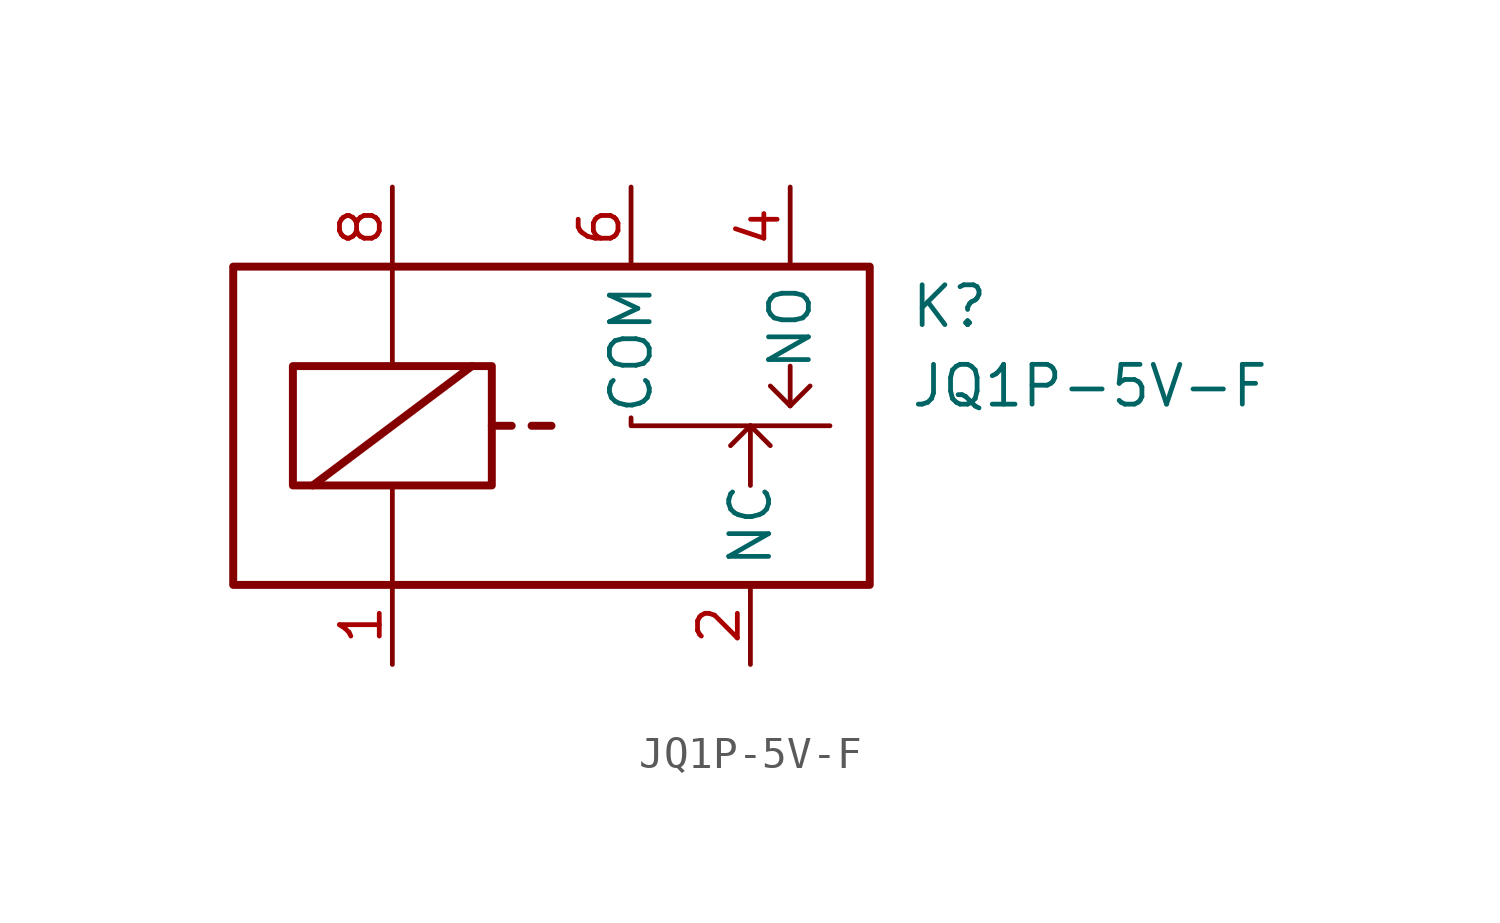
<source format=kicad_sym>
(kicad_symbol_lib
  (version 20231120)
  (generator "kicad_symbol_editor")
  (generator_version "8.0")
  (symbol "JQ1P-5V-F"
    (property "Reference" "K"
      (at 11.43 3.81 0)
      (effects (font (size 1.27 1.27)) (justify left)))
    (property "Value" "JQ1P-5V-F"
      (at 11.43 1.27 0)
      (effects (font (size 1.27 1.27)) (justify left)))
    (symbol "JQ1P-5V-F_0_1"
      (rectangle (start -10.16 5.08) (end 10.16 -5.08) (stroke (width 0.254) (type default)) (fill (type none)))
      (rectangle (start -8.255 1.905) (end -1.905 -1.905) (stroke (width 0.254) (type default)) (fill (type none)))
      (polyline (pts (xy -7.62 -1.905) (xy -2.54 1.905)) (stroke (width 0.254) (type default)) (fill (type none)))
      (polyline (pts (xy -5.08 -5.08) (xy -5.08 -1.905)) (stroke (width 0) (type default)) (fill (type none)))
      (polyline (pts (xy -5.08 5.08) (xy -5.08 1.905)) (stroke (width 0) (type default)) (fill (type none)))
      (polyline (pts (xy -1.905 0) (xy -1.27 0)) (stroke (width 0.254) (type default)) (fill (type none)))
      (polyline (pts (xy -0.635 0) (xy 0 0)) (stroke (width 0.254) (type default)) (fill (type none)))
      (polyline (pts (xy 6.35 0) (xy 5.715 -0.635)) (stroke (width 0.152) (type default)) (fill (type none)))
      (polyline (pts (xy 6.35 0) (xy 6.35 -1.905)) (stroke (width 0) (type default)) (fill (type none)))
      (polyline (pts (xy 6.35 0) (xy 6.985 -0.635)) (stroke (width 0.152) (type default)) (fill (type none)))
      (polyline (pts (xy 7.62 0.635) (xy 6.985 1.27)) (stroke (width 0.152) (type default)) (fill (type none)))
      (polyline (pts (xy 7.62 0.635) (xy 8.255 1.27)) (stroke (width 0.152) (type default)) (fill (type none)))
      (polyline (pts (xy 7.62 1.905) (xy 7.62 0.635)) (stroke (width 0.152) (type default)) (fill (type none)))
      (polyline (pts (xy 2.54 0.254) (xy 2.54 0) (xy 8.89 0)) (stroke (width 0.152) (type default)) (fill (type none))))
    (symbol "JQ1P-5V-F_1_1"
      (pin passive line (at -5.08 -7.62 90) (length 2.54) (name "~" (effects (font (size 1.27 1.27)))) (number "1" (effects (font (size 1.27 1.27)))))
      (pin passive line (at 6.35 -7.62 90) (length 2.54) (name "NC" (effects (font (size 1.27 1.27)))) (number "2" (effects (font (size 1.27 1.27)))))
      (pin passive line (at 7.62 7.62 270) (length 2.54) (name "NO" (effects (font (size 1.27 1.27)))) (number "4" (effects (font (size 1.27 1.27)))))
      (pin passive line (at 2.54 7.62 270) (length 2.54) (name "COM" (effects (font (size 1.27 1.27)))) (number "6" (effects (font (size 1.27 1.27)))))
      (pin passive line (at -5.08 7.62 270) (length 2.54) (name "~" (effects (font (size 1.27 1.27)))) (number "8" (effects (font (size 1.27 1.27))))))))
</source>
